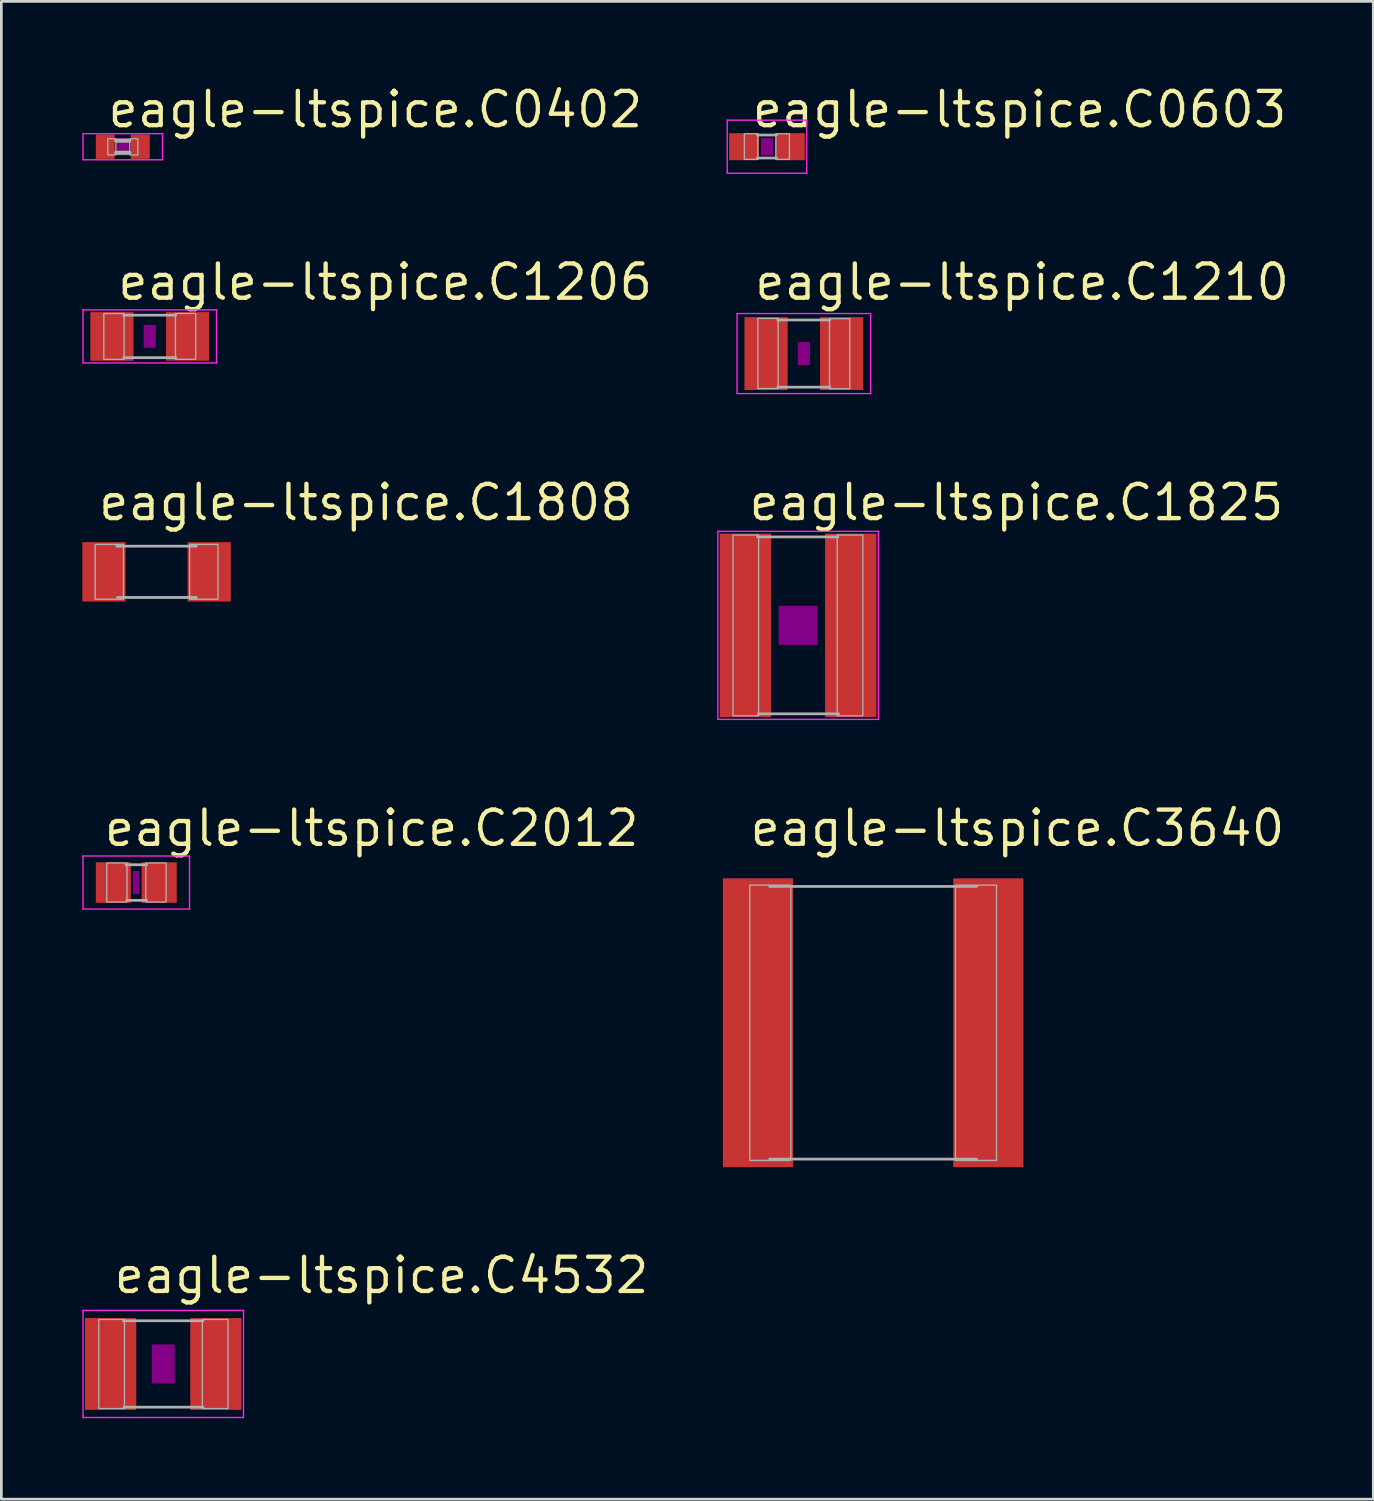
<source format=kicad_pcb>
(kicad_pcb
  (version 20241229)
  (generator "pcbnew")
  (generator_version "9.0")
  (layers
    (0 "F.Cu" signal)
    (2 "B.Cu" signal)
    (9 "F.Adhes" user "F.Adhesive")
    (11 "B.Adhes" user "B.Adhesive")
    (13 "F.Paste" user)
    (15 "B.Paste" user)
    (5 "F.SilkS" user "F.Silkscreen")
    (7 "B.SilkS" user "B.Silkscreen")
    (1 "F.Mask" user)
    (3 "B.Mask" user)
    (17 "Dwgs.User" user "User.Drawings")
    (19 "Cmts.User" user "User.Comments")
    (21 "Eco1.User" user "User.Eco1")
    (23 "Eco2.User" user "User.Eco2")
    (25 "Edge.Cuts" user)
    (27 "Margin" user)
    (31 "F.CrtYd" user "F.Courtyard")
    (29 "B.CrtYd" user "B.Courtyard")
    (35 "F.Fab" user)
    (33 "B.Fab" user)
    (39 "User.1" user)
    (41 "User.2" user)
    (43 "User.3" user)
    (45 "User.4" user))
  (footprint "eagle-ltspice.C1808"
    (layer "F.Cu")
    (at 2.75 18.134)
    (property "Reference" "eagle-ltspice.C1808" (at -2.233 -1.827 0) (layer "F.SilkS") (effects (font (size 1.27 1.27) (thickness 0.16)) (justify left bottom)))
    (attr smd)
    (fp_line (start -1.473 -0.95) (end 1.473 -0.95) (stroke (width 0.102) (type default)) (layer "F.Fab"))
    (fp_line (start -1.448 0.95) (end 1.473 0.95) (stroke (width 0.102) (type default)) (layer "F.Fab"))
    (fp_rect (start -2.275 1.015) (end -1.225 -1.015) (stroke (width 0.05) (type default)) (fill no) (layer "F.Fab"))
    (fp_rect (start 1.225 1.015) (end 2.275 -1.015) (stroke (width 0.05) (type default)) (fill no) (layer "F.Fab"))
    (pad "1" smd roundrect (at -1.95 0) (size 1.6 2.2) (layers "F.Cu" "F.Mask" "F.Paste") (roundrect_rratio 0.01))
    (pad "2" smd roundrect (at 1.95 0) (size 1.6 2.2) (layers "F.Cu" "F.Mask" "F.Paste") (roundrect_rratio 0.01)))
  (footprint "eagle-ltspice.C4532"
    (layer "F.Cu")
    (at 2.998 47.48)
    (property "Reference" "eagle-ltspice.C4532" (at -1.905 -2.54 0) (layer "F.SilkS") (effects (font (size 1.27 1.27) (thickness 0.16)) (justify left bottom)))
    (attr smd)
    (fp_rect (start -0.4 0.7) (end 0.4 -0.7) (stroke (width 0.05) (type default)) (fill yes) (layer "F.Adhes"))
    (fp_line (start -2.973 -1.983) (end 2.973 -1.983) (stroke (width 0.051) (type default)) (layer "F.CrtYd"))
    (fp_line (start -2.973 1.983) (end -2.973 -1.983) (stroke (width 0.051) (type default)) (layer "F.CrtYd"))
    (fp_line (start 2.973 -1.983) (end 2.973 1.983) (stroke (width 0.051) (type default)) (layer "F.CrtYd"))
    (fp_line (start 2.973 1.983) (end -2.973 1.983) (stroke (width 0.051) (type default)) (layer "F.CrtYd"))
    (fp_line (start -1.473 -1.6) (end 1.473 -1.6) (stroke (width 0.102) (type default)) (layer "F.Fab"))
    (fp_line (start -1.448 1.6) (end 1.473 1.6) (stroke (width 0.102) (type default)) (layer "F.Fab"))
    (fp_rect (start -2.388 1.651) (end -1.438 -1.649) (stroke (width 0.05) (type default)) (fill no) (layer "F.Fab"))
    (fp_rect (start 1.448 1.651) (end 2.398 -1.649) (stroke (width 0.05) (type default)) (fill no) (layer "F.Fab"))
    (pad "1" smd roundrect (at -1.95 0) (size 1.9 3.4) (layers "F.Cu" "F.Mask" "F.Paste") (roundrect_rratio 0.01))
    (pad "2" smd roundrect (at 1.95 0) (size 1.9 3.4) (layers "F.Cu" "F.Mask" "F.Paste") (roundrect_rratio 0.01)))
  (footprint "eagle-ltspice.C1825"
    (layer "F.Cu")
    (at 26.517 20.117)
    (property "Reference" "eagle-ltspice.C1825" (at -1.905 -3.81 0) (layer "F.SilkS") (effects (font (size 1.27 1.27) (thickness 0.16)) (justify left bottom)))
    (attr smd)
    (fp_rect (start -0.7 0.7) (end 0.7 -0.7) (stroke (width 0.05) (type default)) (fill yes) (layer "F.Adhes"))
    (fp_line (start -2.973 -3.483) (end 2.973 -3.483) (stroke (width 0.051) (type default)) (layer "F.CrtYd"))
    (fp_line (start -2.973 3.483) (end -2.973 -3.483) (stroke (width 0.051) (type default)) (layer "F.CrtYd"))
    (fp_line (start 2.973 -3.483) (end 2.973 3.483) (stroke (width 0.051) (type default)) (layer "F.CrtYd"))
    (fp_line (start 2.973 3.483) (end -2.973 3.483) (stroke (width 0.051) (type default)) (layer "F.CrtYd"))
    (fp_line (start -1.499 -3.277) (end 1.473 -3.277) (stroke (width 0.102) (type default)) (layer "F.Fab"))
    (fp_line (start -1.473 3.277) (end 1.499 3.277) (stroke (width 0.102) (type default)) (layer "F.Fab"))
    (fp_rect (start -2.413 3.353) (end -1.463 -3.347) (stroke (width 0.05) (type default)) (fill no) (layer "F.Fab"))
    (fp_rect (start 1.448 3.353) (end 2.398 -3.347) (stroke (width 0.05) (type default)) (fill no) (layer "F.Fab"))
    (pad "1" smd roundrect (at -1.95 0) (size 1.9 6.8) (layers "F.Cu" "F.Mask" "F.Paste") (roundrect_rratio 0.01))
    (pad "2" smd roundrect (at 1.95 0) (size 1.9 6.8) (layers "F.Cu" "F.Mask" "F.Paste") (roundrect_rratio 0.01)))
  (footprint "eagle-ltspice.C2012"
    (layer "F.Cu")
    (at 1.998 29.645)
    (property "Reference" "eagle-ltspice.C2012" (at -1.27 -1.27 0) (layer "F.SilkS") (effects (font (size 1.27 1.27) (thickness 0.16)) (justify left bottom)))
    (attr smd)
    (fp_rect (start -0.1 0.4) (end 0.1 -0.4) (stroke (width 0.05) (type default)) (fill yes) (layer "F.Adhes"))
    (fp_line (start -1.973 -0.983) (end 1.973 -0.983) (stroke (width 0.051) (type default)) (layer "F.CrtYd"))
    (fp_line (start -1.973 0.983) (end -1.973 -0.983) (stroke (width 0.051) (type default)) (layer "F.CrtYd"))
    (fp_line (start 1.973 -0.983) (end 1.973 0.983) (stroke (width 0.051) (type default)) (layer "F.CrtYd"))
    (fp_line (start 1.973 0.983) (end -1.973 0.983) (stroke (width 0.051) (type default)) (layer "F.CrtYd"))
    (fp_line (start -0.381 -0.66) (end 0.381 -0.66) (stroke (width 0.102) (type default)) (layer "F.Fab"))
    (fp_line (start -0.356 0.66) (end 0.381 0.66) (stroke (width 0.102) (type default)) (layer "F.Fab"))
    (fp_rect (start -1.092 0.724) (end -0.342 -0.726) (stroke (width 0.05) (type default)) (fill no) (layer "F.Fab"))
    (fp_rect (start 0.356 0.724) (end 1.106 -0.726) (stroke (width 0.05) (type default)) (fill no) (layer "F.Fab"))
    (pad "1" smd roundrect (at -0.85 0) (size 1.3 1.5) (layers "F.Cu" "F.Mask" "F.Paste") (roundrect_rratio 0.01))
    (pad "2" smd roundrect (at 0.85 0) (size 1.3 1.5) (layers "F.Cu" "F.Mask" "F.Paste") (roundrect_rratio 0.01)))
  (footprint "eagle-ltspice.C3640"
    (layer "F.Cu")
    (at 29.297 34.84)
    (property "Reference" "eagle-ltspice.C3640" (at -4.647 -6.465 0) (layer "F.SilkS") (effects (font (size 1.27 1.27) (thickness 0.16)) (justify left bottom)))
    (attr smd)
    (fp_line (start -3.832 -5.05) (end 3.832 -5.05) (stroke (width 0.102) (type default)) (layer "F.Fab"))
    (fp_line (start -3.832 5.05) (end 3.832 5.05) (stroke (width 0.102) (type default)) (layer "F.Fab"))
    (fp_rect (start -4.57 5.1) (end -3.05 -5.1) (stroke (width 0.05) (type default)) (fill no) (layer "F.Fab"))
    (fp_rect (start 3.05 5.1) (end 4.569 -5.1) (stroke (width 0.05) (type default)) (fill no) (layer "F.Fab"))
    (pad "1" smd roundrect (at -4.267 0) (size 2.6 10.7) (layers "F.Cu" "F.Mask" "F.Paste") (roundrect_rratio 0.01))
    (pad "2" smd roundrect (at 4.267 0) (size 2.6 10.7) (layers "F.Cu" "F.Mask" "F.Paste") (roundrect_rratio 0.01)))
  (footprint "eagle-ltspice.C0603"
    (layer "F.Cu")
    (at 25.364 2.385)
    (property "Reference" "eagle-ltspice.C0603" (at -0.635 -0.635 0) (layer "F.SilkS") (effects (font (size 1.27 1.27) (thickness 0.16)) (justify left bottom)))
    (attr smd)
    (fp_rect (start -0.2 0.3) (end 0.2 -0.3) (stroke (width 0.05) (type default)) (fill yes) (layer "F.Adhes"))
    (fp_line (start -1.473 -0.983) (end 1.473 -0.983) (stroke (width 0.051) (type default)) (layer "F.CrtYd"))
    (fp_line (start -1.473 0.983) (end -1.473 -0.983) (stroke (width 0.051) (type default)) (layer "F.CrtYd"))
    (fp_line (start 1.473 -0.983) (end 1.473 0.983) (stroke (width 0.051) (type default)) (layer "F.CrtYd"))
    (fp_line (start 1.473 0.983) (end -1.473 0.983) (stroke (width 0.051) (type default)) (layer "F.CrtYd"))
    (fp_line (start -0.356 -0.432) (end 0.356 -0.432) (stroke (width 0.102) (type default)) (layer "F.Fab"))
    (fp_line (start -0.356 0.419) (end 0.356 0.419) (stroke (width 0.102) (type default)) (layer "F.Fab"))
    (fp_rect (start -0.838 0.47) (end -0.338 -0.48) (stroke (width 0.05) (type default)) (fill no) (layer "F.Fab"))
    (fp_rect (start 0.33 0.47) (end 0.83 -0.48) (stroke (width 0.05) (type default)) (fill no) (layer "F.Fab"))
    (pad "1" smd roundrect (at -0.85 0) (size 1.1 1) (layers "F.Cu" "F.Mask" "F.Paste") (roundrect_rratio 0.01))
    (pad "2" smd roundrect (at 0.85 0) (size 1.1 1) (layers "F.Cu" "F.Mask" "F.Paste") (roundrect_rratio 0.01)))
  (footprint "eagle-ltspice.C0402"
    (layer "F.Cu")
    (at 1.498 2.385)
    (property "Reference" "eagle-ltspice.C0402" (at -0.635 -0.635 0) (layer "F.SilkS") (effects (font (size 1.27 1.27) (thickness 0.16)) (justify left bottom)))
    (attr smd)
    (fp_rect (start -0.2 0.3) (end 0.2 -0.3) (stroke (width 0.05) (type default)) (fill yes) (layer "F.Adhes"))
    (fp_line (start -1.473 -0.483) (end 1.473 -0.483) (stroke (width 0.051) (type default)) (layer "F.CrtYd"))
    (fp_line (start -1.473 0.483) (end -1.473 -0.483) (stroke (width 0.051) (type default)) (layer "F.CrtYd"))
    (fp_line (start 1.473 -0.483) (end 1.473 0.483) (stroke (width 0.051) (type default)) (layer "F.CrtYd"))
    (fp_line (start 1.473 0.483) (end -1.473 0.483) (stroke (width 0.051) (type default)) (layer "F.CrtYd"))
    (fp_line (start -0.245 -0.224) (end 0.245 -0.224) (stroke (width 0.152) (type default)) (layer "F.Fab"))
    (fp_line (start 0.245 0.224) (end -0.245 0.224) (stroke (width 0.152) (type default)) (layer "F.Fab"))
    (fp_rect (start -0.554 0.305) (end -0.254 -0.295) (stroke (width 0.05) (type default)) (fill no) (layer "F.Fab"))
    (fp_rect (start 0.259 0.305) (end 0.559 -0.295) (stroke (width 0.05) (type default)) (fill no) (layer "F.Fab"))
    (pad "1" smd roundrect (at -0.65 0) (size 0.7 0.9) (layers "F.Cu" "F.Mask" "F.Paste") (roundrect_rratio 0.01))
    (pad "2" smd roundrect (at 0.65 0) (size 0.7 0.9) (layers "F.Cu" "F.Mask" "F.Paste") (roundrect_rratio 0.01)))
  (footprint "eagle-ltspice.C1206"
    (layer "F.Cu")
    (at 2.498 9.413)
    (property "Reference" "eagle-ltspice.C1206" (at -1.27 -1.27 0) (layer "F.SilkS") (effects (font (size 1.27 1.27) (thickness 0.16)) (justify left bottom)))
    (attr smd)
    (fp_rect (start -0.2 0.4) (end 0.2 -0.4) (stroke (width 0.05) (type default)) (fill yes) (layer "F.Adhes"))
    (fp_line (start -2.473 -0.983) (end 2.473 -0.983) (stroke (width 0.051) (type default)) (layer "F.CrtYd"))
    (fp_line (start -2.473 0.983) (end -2.473 -0.983) (stroke (width 0.051) (type default)) (layer "F.CrtYd"))
    (fp_line (start 2.473 -0.983) (end 2.473 0.983) (stroke (width 0.051) (type default)) (layer "F.CrtYd"))
    (fp_line (start 2.473 0.983) (end -2.473 0.983) (stroke (width 0.051) (type default)) (layer "F.CrtYd"))
    (fp_line (start -0.965 -0.787) (end 0.965 -0.787) (stroke (width 0.102) (type default)) (layer "F.Fab"))
    (fp_line (start -0.965 0.787) (end 0.965 0.787) (stroke (width 0.102) (type default)) (layer "F.Fab"))
    (fp_rect (start -1.702 0.851) (end -0.952 -0.849) (stroke (width 0.05) (type default)) (fill no) (layer "F.Fab"))
    (fp_rect (start 0.952 0.849) (end 1.702 -0.851) (stroke (width 0.05) (type default)) (fill no) (layer "F.Fab"))
    (pad "1" smd roundrect (at -1.4 0) (size 1.6 1.8) (layers "F.Cu" "F.Mask" "F.Paste") (roundrect_rratio 0.01))
    (pad "2" smd roundrect (at 1.4 0) (size 1.6 1.8) (layers "F.Cu" "F.Mask" "F.Paste") (roundrect_rratio 0.01)))
  (footprint "eagle-ltspice.C1210"
    (layer "F.Cu")
    (at 26.729 10.048)
    (property "Reference" "eagle-ltspice.C1210" (at -1.905 -1.905 0) (layer "F.SilkS") (effects (font (size 1.27 1.27) (thickness 0.16)) (justify left bottom)))
    (attr smd)
    (fp_rect (start -0.2 0.4) (end 0.2 -0.4) (stroke (width 0.05) (type default)) (fill yes) (layer "F.Adhes"))
    (fp_line (start -2.473 -1.483) (end 2.473 -1.483) (stroke (width 0.051) (type default)) (layer "F.CrtYd"))
    (fp_line (start -2.473 1.483) (end -2.473 -1.483) (stroke (width 0.051) (type default)) (layer "F.CrtYd"))
    (fp_line (start 2.473 -1.483) (end 2.473 1.483) (stroke (width 0.051) (type default)) (layer "F.CrtYd"))
    (fp_line (start 2.473 1.483) (end -2.473 1.483) (stroke (width 0.051) (type default)) (layer "F.CrtYd"))
    (fp_line (start -0.965 -1.245) (end 0.965 -1.245) (stroke (width 0.102) (type default)) (layer "F.Fab"))
    (fp_line (start -0.965 1.245) (end 0.965 1.245) (stroke (width 0.102) (type default)) (layer "F.Fab"))
    (fp_rect (start -1.702 1.295) (end -0.952 -1.304) (stroke (width 0.05) (type default)) (fill no) (layer "F.Fab"))
    (fp_rect (start 0.952 1.304) (end 1.702 -1.295) (stroke (width 0.05) (type default)) (fill no) (layer "F.Fab"))
    (pad "1" smd roundrect (at -1.4 0) (size 1.6 2.7) (layers "F.Cu" "F.Mask" "F.Paste") (roundrect_rratio 0.01))
    (pad "2" smd roundrect (at 1.4 0) (size 1.6 2.7) (layers "F.Cu" "F.Mask" "F.Paste") (roundrect_rratio 0.01)))
  (gr_rect
    (start -3 -3)
    (end 47.825 52.489)
    (stroke (width 0.1) (type default))
    (fill no)
    (layer "Edge.Cuts")))
</source>
